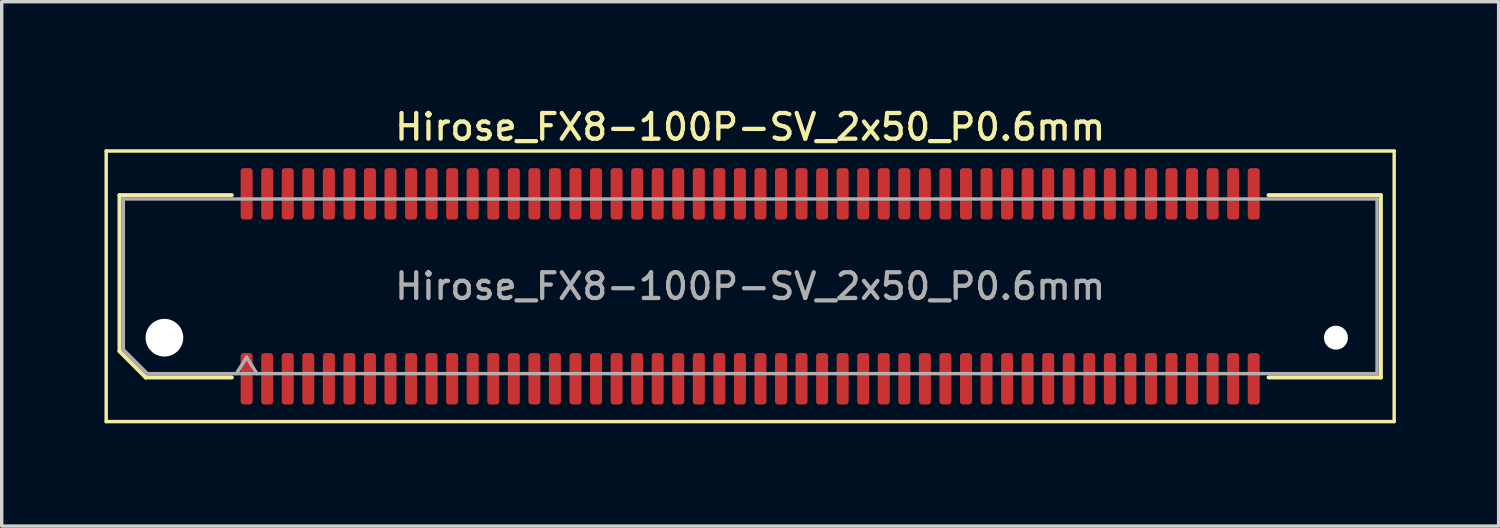
<source format=kicad_pcb>
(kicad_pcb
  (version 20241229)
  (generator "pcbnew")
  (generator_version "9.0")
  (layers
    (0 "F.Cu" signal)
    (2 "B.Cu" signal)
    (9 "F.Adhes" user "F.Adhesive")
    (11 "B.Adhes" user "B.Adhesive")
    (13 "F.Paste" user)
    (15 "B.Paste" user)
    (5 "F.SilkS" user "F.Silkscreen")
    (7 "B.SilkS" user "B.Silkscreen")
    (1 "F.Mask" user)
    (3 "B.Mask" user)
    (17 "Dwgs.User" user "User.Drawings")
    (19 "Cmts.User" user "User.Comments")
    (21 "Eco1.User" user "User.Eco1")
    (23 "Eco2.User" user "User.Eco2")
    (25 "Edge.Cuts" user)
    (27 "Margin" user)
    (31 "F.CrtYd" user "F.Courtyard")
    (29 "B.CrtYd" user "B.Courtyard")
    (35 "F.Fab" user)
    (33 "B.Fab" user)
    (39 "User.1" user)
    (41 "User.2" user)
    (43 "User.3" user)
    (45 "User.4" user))
  (footprint "Hirose_FX8-100P-SV_2x50_P0.6mm"
    (layer "F.Cu")
    (at 18.85 5.308)
    (property "Reference" "Hirose_FX8-100P-SV_2x50_P0.6mm" (at 0 -4.65 0) (layer "F.SilkS") (effects (font (size 0.75 0.75) (thickness 0.125))))
    (attr smd)
    (fp_line (start -18.8 -3.95) (end -18.8 3.95) (stroke (width 0.1) (type solid)) (layer "F.SilkS"))
    (fp_line (start -18.8 3.95) (end 18.8 3.95) (stroke (width 0.1) (type solid)) (layer "F.SilkS"))
    (fp_line (start -18.41 -2.66) (end -15.135 -2.66) (stroke (width 0.12) (type solid)) (layer "F.SilkS"))
    (fp_line (start -18.41 1.896) (end -18.41 -2.66) (stroke (width 0.12) (type solid)) (layer "F.SilkS"))
    (fp_line (start -17.646 2.66) (end -18.41 1.896) (stroke (width 0.12) (type solid)) (layer "F.SilkS"))
    (fp_line (start -15.135 2.66) (end -17.646 2.66) (stroke (width 0.12) (type solid)) (layer "F.SilkS"))
    (fp_line (start 15.135 -2.66) (end 18.41 -2.66) (stroke (width 0.12) (type solid)) (layer "F.SilkS"))
    (fp_line (start 18.41 -2.66) (end 18.41 2.66) (stroke (width 0.12) (type solid)) (layer "F.SilkS"))
    (fp_line (start 18.41 2.66) (end 15.135 2.66) (stroke (width 0.12) (type solid)) (layer "F.SilkS"))
    (fp_line (start 18.8 -3.95) (end -18.8 -3.95) (stroke (width 0.1) (type solid)) (layer "F.SilkS"))
    (fp_line (start 18.8 3.95) (end 18.8 -3.95) (stroke (width 0.1) (type solid)) (layer "F.SilkS"))
    (fp_line (start -18.3 -2.55) (end 18.3 -2.55) (stroke (width 0.1) (type solid)) (layer "F.Fab"))
    (fp_line (start -18.3 1.85) (end -18.3 -2.55) (stroke (width 0.1) (type solid)) (layer "F.Fab"))
    (fp_line (start -17.6 2.55) (end -18.3 1.85) (stroke (width 0.1) (type solid)) (layer "F.Fab"))
    (fp_line (start -15 2.55) (end -14.7 2.07) (stroke (width 0.1) (type solid)) (layer "F.Fab"))
    (fp_line (start -14.7 2.07) (end -14.4 2.55) (stroke (width 0.1) (type solid)) (layer "F.Fab"))
    (fp_line (start 18.3 -2.55) (end 18.3 2.55) (stroke (width 0.1) (type solid)) (layer "F.Fab"))
    (fp_line (start 18.3 2.55) (end -17.6 2.55) (stroke (width 0.1) (type solid)) (layer "F.Fab"))
    (fp_text user "${REFERENCE}" (at 0 0 0) (layer "F.Fab") (effects (font (size 0.75 0.75) (thickness 0.125))))
    (pad "" np_thru_hole circle (at -17.1 1.5) (size 1.1 1.1) (drill 1.1) (layers "*.Cu" "*.Mask"))
    (pad "" np_thru_hole circle (at 17.1 1.5) (size 0.7 0.7) (drill 0.7) (layers "*.Cu" "*.Mask"))
    (pad "1" smd roundrect (at -14.7 2.7) (size 0.35 1.5) (layers "F.Cu" "F.Mask" "F.Paste") (roundrect_rratio 0.25))
    (pad "2" smd roundrect (at -14.7 -2.7) (size 0.35 1.5) (layers "F.Cu" "F.Mask" "F.Paste") (roundrect_rratio 0.25))
    (pad "3" smd roundrect (at -14.1 2.7) (size 0.35 1.5) (layers "F.Cu" "F.Mask" "F.Paste") (roundrect_rratio 0.25))
    (pad "4" smd roundrect (at -14.1 -2.7) (size 0.35 1.5) (layers "F.Cu" "F.Mask" "F.Paste") (roundrect_rratio 0.25))
    (pad "5" smd roundrect (at -13.5 2.7) (size 0.35 1.5) (layers "F.Cu" "F.Mask" "F.Paste") (roundrect_rratio 0.25))
    (pad "6" smd roundrect (at -13.5 -2.7) (size 0.35 1.5) (layers "F.Cu" "F.Mask" "F.Paste") (roundrect_rratio 0.25))
    (pad "7" smd roundrect (at -12.9 2.7) (size 0.35 1.5) (layers "F.Cu" "F.Mask" "F.Paste") (roundrect_rratio 0.25))
    (pad "8" smd roundrect (at -12.9 -2.7) (size 0.35 1.5) (layers "F.Cu" "F.Mask" "F.Paste") (roundrect_rratio 0.25))
    (pad "9" smd roundrect (at -12.3 2.7) (size 0.35 1.5) (layers "F.Cu" "F.Mask" "F.Paste") (roundrect_rratio 0.25))
    (pad "10" smd roundrect (at -12.3 -2.7) (size 0.35 1.5) (layers "F.Cu" "F.Mask" "F.Paste") (roundrect_rratio 0.25))
    (pad "11" smd roundrect (at -11.7 2.7) (size 0.35 1.5) (layers "F.Cu" "F.Mask" "F.Paste") (roundrect_rratio 0.25))
    (pad "12" smd roundrect (at -11.7 -2.7) (size 0.35 1.5) (layers "F.Cu" "F.Mask" "F.Paste") (roundrect_rratio 0.25))
    (pad "13" smd roundrect (at -11.1 2.7) (size 0.35 1.5) (layers "F.Cu" "F.Mask" "F.Paste") (roundrect_rratio 0.25))
    (pad "14" smd roundrect (at -11.1 -2.7) (size 0.35 1.5) (layers "F.Cu" "F.Mask" "F.Paste") (roundrect_rratio 0.25))
    (pad "15" smd roundrect (at -10.5 2.7) (size 0.35 1.5) (layers "F.Cu" "F.Mask" "F.Paste") (roundrect_rratio 0.25))
    (pad "16" smd roundrect (at -10.5 -2.7) (size 0.35 1.5) (layers "F.Cu" "F.Mask" "F.Paste") (roundrect_rratio 0.25))
    (pad "17" smd roundrect (at -9.9 2.7) (size 0.35 1.5) (layers "F.Cu" "F.Mask" "F.Paste") (roundrect_rratio 0.25))
    (pad "18" smd roundrect (at -9.9 -2.7) (size 0.35 1.5) (layers "F.Cu" "F.Mask" "F.Paste") (roundrect_rratio 0.25))
    (pad "19" smd roundrect (at -9.3 2.7) (size 0.35 1.5) (layers "F.Cu" "F.Mask" "F.Paste") (roundrect_rratio 0.25))
    (pad "20" smd roundrect (at -9.3 -2.7) (size 0.35 1.5) (layers "F.Cu" "F.Mask" "F.Paste") (roundrect_rratio 0.25))
    (pad "21" smd roundrect (at -8.7 2.7) (size 0.35 1.5) (layers "F.Cu" "F.Mask" "F.Paste") (roundrect_rratio 0.25))
    (pad "22" smd roundrect (at -8.7 -2.7) (size 0.35 1.5) (layers "F.Cu" "F.Mask" "F.Paste") (roundrect_rratio 0.25))
    (pad "23" smd roundrect (at -8.1 2.7) (size 0.35 1.5) (layers "F.Cu" "F.Mask" "F.Paste") (roundrect_rratio 0.25))
    (pad "24" smd roundrect (at -8.1 -2.7) (size 0.35 1.5) (layers "F.Cu" "F.Mask" "F.Paste") (roundrect_rratio 0.25))
    (pad "25" smd roundrect (at -7.5 2.7) (size 0.35 1.5) (layers "F.Cu" "F.Mask" "F.Paste") (roundrect_rratio 0.25))
    (pad "26" smd roundrect (at -7.5 -2.7) (size 0.35 1.5) (layers "F.Cu" "F.Mask" "F.Paste") (roundrect_rratio 0.25))
    (pad "27" smd roundrect (at -6.9 2.7) (size 0.35 1.5) (layers "F.Cu" "F.Mask" "F.Paste") (roundrect_rratio 0.25))
    (pad "28" smd roundrect (at -6.9 -2.7) (size 0.35 1.5) (layers "F.Cu" "F.Mask" "F.Paste") (roundrect_rratio 0.25))
    (pad "29" smd roundrect (at -6.3 2.7) (size 0.35 1.5) (layers "F.Cu" "F.Mask" "F.Paste") (roundrect_rratio 0.25))
    (pad "30" smd roundrect (at -6.3 -2.7) (size 0.35 1.5) (layers "F.Cu" "F.Mask" "F.Paste") (roundrect_rratio 0.25))
    (pad "31" smd roundrect (at -5.7 2.7) (size 0.35 1.5) (layers "F.Cu" "F.Mask" "F.Paste") (roundrect_rratio 0.25))
    (pad "32" smd roundrect (at -5.7 -2.7) (size 0.35 1.5) (layers "F.Cu" "F.Mask" "F.Paste") (roundrect_rratio 0.25))
    (pad "33" smd roundrect (at -5.1 2.7) (size 0.35 1.5) (layers "F.Cu" "F.Mask" "F.Paste") (roundrect_rratio 0.25))
    (pad "34" smd roundrect (at -5.1 -2.7) (size 0.35 1.5) (layers "F.Cu" "F.Mask" "F.Paste") (roundrect_rratio 0.25))
    (pad "35" smd roundrect (at -4.5 2.7) (size 0.35 1.5) (layers "F.Cu" "F.Mask" "F.Paste") (roundrect_rratio 0.25))
    (pad "36" smd roundrect (at -4.5 -2.7) (size 0.35 1.5) (layers "F.Cu" "F.Mask" "F.Paste") (roundrect_rratio 0.25))
    (pad "37" smd roundrect (at -3.9 2.7) (size 0.35 1.5) (layers "F.Cu" "F.Mask" "F.Paste") (roundrect_rratio 0.25))
    (pad "38" smd roundrect (at -3.9 -2.7) (size 0.35 1.5) (layers "F.Cu" "F.Mask" "F.Paste") (roundrect_rratio 0.25))
    (pad "39" smd roundrect (at -3.3 2.7) (size 0.35 1.5) (layers "F.Cu" "F.Mask" "F.Paste") (roundrect_rratio 0.25))
    (pad "40" smd roundrect (at -3.3 -2.7) (size 0.35 1.5) (layers "F.Cu" "F.Mask" "F.Paste") (roundrect_rratio 0.25))
    (pad "41" smd roundrect (at -2.7 2.7) (size 0.35 1.5) (layers "F.Cu" "F.Mask" "F.Paste") (roundrect_rratio 0.25))
    (pad "42" smd roundrect (at -2.7 -2.7) (size 0.35 1.5) (layers "F.Cu" "F.Mask" "F.Paste") (roundrect_rratio 0.25))
    (pad "43" smd roundrect (at -2.1 2.7) (size 0.35 1.5) (layers "F.Cu" "F.Mask" "F.Paste") (roundrect_rratio 0.25))
    (pad "44" smd roundrect (at -2.1 -2.7) (size 0.35 1.5) (layers "F.Cu" "F.Mask" "F.Paste") (roundrect_rratio 0.25))
    (pad "45" smd roundrect (at -1.5 2.7) (size 0.35 1.5) (layers "F.Cu" "F.Mask" "F.Paste") (roundrect_rratio 0.25))
    (pad "46" smd roundrect (at -1.5 -2.7) (size 0.35 1.5) (layers "F.Cu" "F.Mask" "F.Paste") (roundrect_rratio 0.25))
    (pad "47" smd roundrect (at -0.9 2.7) (size 0.35 1.5) (layers "F.Cu" "F.Mask" "F.Paste") (roundrect_rratio 0.25))
    (pad "48" smd roundrect (at -0.9 -2.7) (size 0.35 1.5) (layers "F.Cu" "F.Mask" "F.Paste") (roundrect_rratio 0.25))
    (pad "49" smd roundrect (at -0.3 2.7) (size 0.35 1.5) (layers "F.Cu" "F.Mask" "F.Paste") (roundrect_rratio 0.25))
    (pad "50" smd roundrect (at -0.3 -2.7) (size 0.35 1.5) (layers "F.Cu" "F.Mask" "F.Paste") (roundrect_rratio 0.25))
    (pad "51" smd roundrect (at 0.3 2.7) (size 0.35 1.5) (layers "F.Cu" "F.Mask" "F.Paste") (roundrect_rratio 0.25))
    (pad "52" smd roundrect (at 0.3 -2.7) (size 0.35 1.5) (layers "F.Cu" "F.Mask" "F.Paste") (roundrect_rratio 0.25))
    (pad "53" smd roundrect (at 0.9 2.7) (size 0.35 1.5) (layers "F.Cu" "F.Mask" "F.Paste") (roundrect_rratio 0.25))
    (pad "54" smd roundrect (at 0.9 -2.7) (size 0.35 1.5) (layers "F.Cu" "F.Mask" "F.Paste") (roundrect_rratio 0.25))
    (pad "55" smd roundrect (at 1.5 2.7) (size 0.35 1.5) (layers "F.Cu" "F.Mask" "F.Paste") (roundrect_rratio 0.25))
    (pad "56" smd roundrect (at 1.5 -2.7) (size 0.35 1.5) (layers "F.Cu" "F.Mask" "F.Paste") (roundrect_rratio 0.25))
    (pad "57" smd roundrect (at 2.1 2.7) (size 0.35 1.5) (layers "F.Cu" "F.Mask" "F.Paste") (roundrect_rratio 0.25))
    (pad "58" smd roundrect (at 2.1 -2.7) (size 0.35 1.5) (layers "F.Cu" "F.Mask" "F.Paste") (roundrect_rratio 0.25))
    (pad "59" smd roundrect (at 2.7 2.7) (size 0.35 1.5) (layers "F.Cu" "F.Mask" "F.Paste") (roundrect_rratio 0.25))
    (pad "60" smd roundrect (at 2.7 -2.7) (size 0.35 1.5) (layers "F.Cu" "F.Mask" "F.Paste") (roundrect_rratio 0.25))
    (pad "61" smd roundrect (at 3.3 2.7) (size 0.35 1.5) (layers "F.Cu" "F.Mask" "F.Paste") (roundrect_rratio 0.25))
    (pad "62" smd roundrect (at 3.3 -2.7) (size 0.35 1.5) (layers "F.Cu" "F.Mask" "F.Paste") (roundrect_rratio 0.25))
    (pad "63" smd roundrect (at 3.9 2.7) (size 0.35 1.5) (layers "F.Cu" "F.Mask" "F.Paste") (roundrect_rratio 0.25))
    (pad "64" smd roundrect (at 3.9 -2.7) (size 0.35 1.5) (layers "F.Cu" "F.Mask" "F.Paste") (roundrect_rratio 0.25))
    (pad "65" smd roundrect (at 4.5 2.7) (size 0.35 1.5) (layers "F.Cu" "F.Mask" "F.Paste") (roundrect_rratio 0.25))
    (pad "66" smd roundrect (at 4.5 -2.7) (size 0.35 1.5) (layers "F.Cu" "F.Mask" "F.Paste") (roundrect_rratio 0.25))
    (pad "67" smd roundrect (at 5.1 2.7) (size 0.35 1.5) (layers "F.Cu" "F.Mask" "F.Paste") (roundrect_rratio 0.25))
    (pad "68" smd roundrect (at 5.1 -2.7) (size 0.35 1.5) (layers "F.Cu" "F.Mask" "F.Paste") (roundrect_rratio 0.25))
    (pad "69" smd roundrect (at 5.7 2.7) (size 0.35 1.5) (layers "F.Cu" "F.Mask" "F.Paste") (roundrect_rratio 0.25))
    (pad "70" smd roundrect (at 5.7 -2.7) (size 0.35 1.5) (layers "F.Cu" "F.Mask" "F.Paste") (roundrect_rratio 0.25))
    (pad "71" smd roundrect (at 6.3 2.7) (size 0.35 1.5) (layers "F.Cu" "F.Mask" "F.Paste") (roundrect_rratio 0.25))
    (pad "72" smd roundrect (at 6.3 -2.7) (size 0.35 1.5) (layers "F.Cu" "F.Mask" "F.Paste") (roundrect_rratio 0.25))
    (pad "73" smd roundrect (at 6.9 2.7) (size 0.35 1.5) (layers "F.Cu" "F.Mask" "F.Paste") (roundrect_rratio 0.25))
    (pad "74" smd roundrect (at 6.9 -2.7) (size 0.35 1.5) (layers "F.Cu" "F.Mask" "F.Paste") (roundrect_rratio 0.25))
    (pad "75" smd roundrect (at 7.5 2.7) (size 0.35 1.5) (layers "F.Cu" "F.Mask" "F.Paste") (roundrect_rratio 0.25))
    (pad "76" smd roundrect (at 7.5 -2.7) (size 0.35 1.5) (layers "F.Cu" "F.Mask" "F.Paste") (roundrect_rratio 0.25))
    (pad "77" smd roundrect (at 8.1 2.7) (size 0.35 1.5) (layers "F.Cu" "F.Mask" "F.Paste") (roundrect_rratio 0.25))
    (pad "78" smd roundrect (at 8.1 -2.7) (size 0.35 1.5) (layers "F.Cu" "F.Mask" "F.Paste") (roundrect_rratio 0.25))
    (pad "79" smd roundrect (at 8.7 2.7) (size 0.35 1.5) (layers "F.Cu" "F.Mask" "F.Paste") (roundrect_rratio 0.25))
    (pad "80" smd roundrect (at 8.7 -2.7) (size 0.35 1.5) (layers "F.Cu" "F.Mask" "F.Paste") (roundrect_rratio 0.25))
    (pad "81" smd roundrect (at 9.3 2.7) (size 0.35 1.5) (layers "F.Cu" "F.Mask" "F.Paste") (roundrect_rratio 0.25))
    (pad "82" smd roundrect (at 9.3 -2.7) (size 0.35 1.5) (layers "F.Cu" "F.Mask" "F.Paste") (roundrect_rratio 0.25))
    (pad "83" smd roundrect (at 9.9 2.7) (size 0.35 1.5) (layers "F.Cu" "F.Mask" "F.Paste") (roundrect_rratio 0.25))
    (pad "84" smd roundrect (at 9.9 -2.7) (size 0.35 1.5) (layers "F.Cu" "F.Mask" "F.Paste") (roundrect_rratio 0.25))
    (pad "85" smd roundrect (at 10.5 2.7) (size 0.35 1.5) (layers "F.Cu" "F.Mask" "F.Paste") (roundrect_rratio 0.25))
    (pad "86" smd roundrect (at 10.5 -2.7) (size 0.35 1.5) (layers "F.Cu" "F.Mask" "F.Paste") (roundrect_rratio 0.25))
    (pad "87" smd roundrect (at 11.1 2.7) (size 0.35 1.5) (layers "F.Cu" "F.Mask" "F.Paste") (roundrect_rratio 0.25))
    (pad "88" smd roundrect (at 11.1 -2.7) (size 0.35 1.5) (layers "F.Cu" "F.Mask" "F.Paste") (roundrect_rratio 0.25))
    (pad "89" smd roundrect (at 11.7 2.7) (size 0.35 1.5) (layers "F.Cu" "F.Mask" "F.Paste") (roundrect_rratio 0.25))
    (pad "90" smd roundrect (at 11.7 -2.7) (size 0.35 1.5) (layers "F.Cu" "F.Mask" "F.Paste") (roundrect_rratio 0.25))
    (pad "91" smd roundrect (at 12.3 2.7) (size 0.35 1.5) (layers "F.Cu" "F.Mask" "F.Paste") (roundrect_rratio 0.25))
    (pad "92" smd roundrect (at 12.3 -2.7) (size 0.35 1.5) (layers "F.Cu" "F.Mask" "F.Paste") (roundrect_rratio 0.25))
    (pad "93" smd roundrect (at 12.9 2.7) (size 0.35 1.5) (layers "F.Cu" "F.Mask" "F.Paste") (roundrect_rratio 0.25))
    (pad "94" smd roundrect (at 12.9 -2.7) (size 0.35 1.5) (layers "F.Cu" "F.Mask" "F.Paste") (roundrect_rratio 0.25))
    (pad "95" smd roundrect (at 13.5 2.7) (size 0.35 1.5) (layers "F.Cu" "F.Mask" "F.Paste") (roundrect_rratio 0.25))
    (pad "96" smd roundrect (at 13.5 -2.7) (size 0.35 1.5) (layers "F.Cu" "F.Mask" "F.Paste") (roundrect_rratio 0.25))
    (pad "97" smd roundrect (at 14.1 2.7) (size 0.35 1.5) (layers "F.Cu" "F.Mask" "F.Paste") (roundrect_rratio 0.25))
    (pad "98" smd roundrect (at 14.1 -2.7) (size 0.35 1.5) (layers "F.Cu" "F.Mask" "F.Paste") (roundrect_rratio 0.25))
    (pad "99" smd roundrect (at 14.7 2.7) (size 0.35 1.5) (layers "F.Cu" "F.Mask" "F.Paste") (roundrect_rratio 0.25))
    (pad "100" smd roundrect (at 14.7 -2.7) (size 0.35 1.5) (layers "F.Cu" "F.Mask" "F.Paste") (roundrect_rratio 0.25)))
  (gr_rect
    (start -3 -3)
    (end 40.7 12.308)
    (stroke (width 0.1) (type default))
    (fill no)
    (layer "Edge.Cuts")))
</source>
